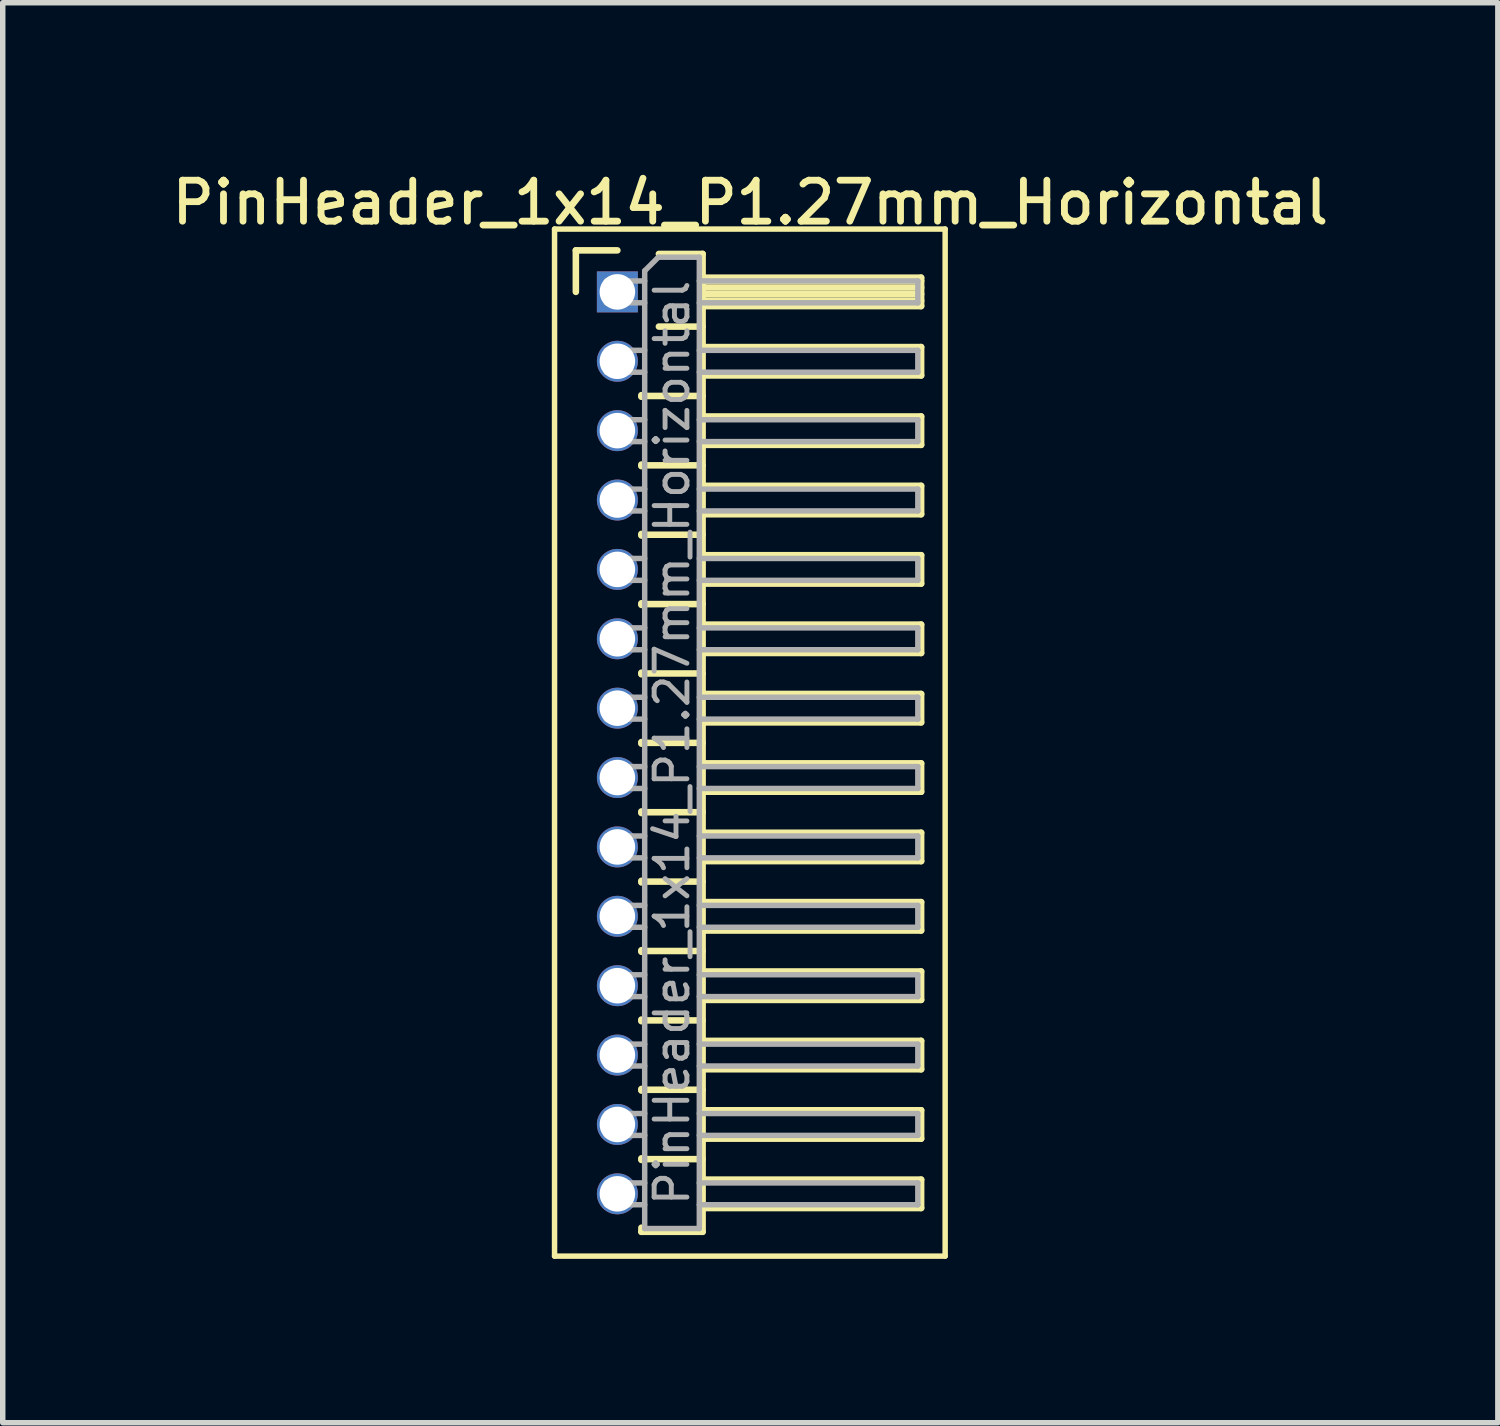
<source format=kicad_pcb>
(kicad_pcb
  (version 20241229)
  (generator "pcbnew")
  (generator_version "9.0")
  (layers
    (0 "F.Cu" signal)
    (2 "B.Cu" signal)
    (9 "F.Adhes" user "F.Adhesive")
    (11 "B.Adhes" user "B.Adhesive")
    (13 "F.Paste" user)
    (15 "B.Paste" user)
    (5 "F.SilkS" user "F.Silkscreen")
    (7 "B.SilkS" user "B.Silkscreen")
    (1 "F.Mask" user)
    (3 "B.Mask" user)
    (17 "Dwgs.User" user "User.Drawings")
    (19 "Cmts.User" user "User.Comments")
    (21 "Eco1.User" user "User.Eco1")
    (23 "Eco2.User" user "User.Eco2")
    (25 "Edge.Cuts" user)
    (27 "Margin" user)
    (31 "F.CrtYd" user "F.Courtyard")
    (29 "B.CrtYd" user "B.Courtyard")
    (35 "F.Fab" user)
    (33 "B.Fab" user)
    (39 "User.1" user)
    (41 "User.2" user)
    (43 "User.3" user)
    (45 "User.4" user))
  (footprint "PinHeader_1x14_P1.27mm_Horizontal"
    (layer "F.Cu")
    (at 8.251 2.293)
    (property "Reference" "PinHeader_1x14_P1.27mm_Horizontal" (at 2.433 -1.635 0) (layer "F.SilkS") (effects (font (size 0.75 0.75) (thickness 0.125))))
    (attr through_hole)
    (fp_line (start -1.15 -1.15) (end -1.15 17.65) (stroke (width 0.1) (type solid)) (layer "F.SilkS"))
    (fp_line (start -1.15 17.65) (end 6 17.65) (stroke (width 0.1) (type solid)) (layer "F.SilkS"))
    (fp_line (start -0.76 -0.76) (end 0 -0.76) (stroke (width 0.12) (type solid)) (layer "F.SilkS"))
    (fp_line (start -0.76 0) (end -0.76 -0.76) (stroke (width 0.12) (type solid)) (layer "F.SilkS"))
    (fp_line (start 0.44 1.89) (end 0.44 1.92) (stroke (width 0.12) (type solid)) (layer "F.SilkS"))
    (fp_line (start 0.44 1.905) (end 1.56 1.905) (stroke (width 0.12) (type solid)) (layer "F.SilkS"))
    (fp_line (start 0.44 3.16) (end 0.44 3.19) (stroke (width 0.12) (type solid)) (layer "F.SilkS"))
    (fp_line (start 0.44 3.175) (end 1.56 3.175) (stroke (width 0.12) (type solid)) (layer "F.SilkS"))
    (fp_line (start 0.44 4.43) (end 0.44 4.46) (stroke (width 0.12) (type solid)) (layer "F.SilkS"))
    (fp_line (start 0.44 4.445) (end 1.56 4.445) (stroke (width 0.12) (type solid)) (layer "F.SilkS"))
    (fp_line (start 0.44 5.7) (end 0.44 5.73) (stroke (width 0.12) (type solid)) (layer "F.SilkS"))
    (fp_line (start 0.44 5.715) (end 1.56 5.715) (stroke (width 0.12) (type solid)) (layer "F.SilkS"))
    (fp_line (start 0.44 6.97) (end 0.44 7) (stroke (width 0.12) (type solid)) (layer "F.SilkS"))
    (fp_line (start 0.44 6.985) (end 1.56 6.985) (stroke (width 0.12) (type solid)) (layer "F.SilkS"))
    (fp_line (start 0.44 8.24) (end 0.44 8.27) (stroke (width 0.12) (type solid)) (layer "F.SilkS"))
    (fp_line (start 0.44 8.255) (end 1.56 8.255) (stroke (width 0.12) (type solid)) (layer "F.SilkS"))
    (fp_line (start 0.44 9.51) (end 0.44 9.54) (stroke (width 0.12) (type solid)) (layer "F.SilkS"))
    (fp_line (start 0.44 9.525) (end 1.56 9.525) (stroke (width 0.12) (type solid)) (layer "F.SilkS"))
    (fp_line (start 0.44 10.78) (end 0.44 10.81) (stroke (width 0.12) (type solid)) (layer "F.SilkS"))
    (fp_line (start 0.44 10.795) (end 1.56 10.795) (stroke (width 0.12) (type solid)) (layer "F.SilkS"))
    (fp_line (start 0.44 12.05) (end 0.44 12.08) (stroke (width 0.12) (type solid)) (layer "F.SilkS"))
    (fp_line (start 0.44 12.065) (end 1.56 12.065) (stroke (width 0.12) (type solid)) (layer "F.SilkS"))
    (fp_line (start 0.44 13.32) (end 0.44 13.35) (stroke (width 0.12) (type solid)) (layer "F.SilkS"))
    (fp_line (start 0.44 13.335) (end 1.56 13.335) (stroke (width 0.12) (type solid)) (layer "F.SilkS"))
    (fp_line (start 0.44 14.59) (end 0.44 14.62) (stroke (width 0.12) (type solid)) (layer "F.SilkS"))
    (fp_line (start 0.44 14.605) (end 1.56 14.605) (stroke (width 0.12) (type solid)) (layer "F.SilkS"))
    (fp_line (start 0.44 15.86) (end 0.44 15.89) (stroke (width 0.12) (type solid)) (layer "F.SilkS"))
    (fp_line (start 0.44 15.875) (end 1.56 15.875) (stroke (width 0.12) (type solid)) (layer "F.SilkS"))
    (fp_line (start 0.44 17.205) (end 0.44 17.13) (stroke (width 0.12) (type solid)) (layer "F.SilkS"))
    (fp_line (start 0.76 -0.695) (end 1.56 -0.695) (stroke (width 0.12) (type solid)) (layer "F.SilkS"))
    (fp_line (start 0.76 0.635) (end 1.56 0.635) (stroke (width 0.12) (type solid)) (layer "F.SilkS"))
    (fp_line (start 1.56 -0.695) (end 1.56 17.205) (stroke (width 0.12) (type solid)) (layer "F.SilkS"))
    (fp_line (start 1.56 -0.26) (end 5.56 -0.26) (stroke (width 0.12) (type solid)) (layer "F.SilkS"))
    (fp_line (start 1.56 -0.2) (end 5.56 -0.2) (stroke (width 0.12) (type solid)) (layer "F.SilkS"))
    (fp_line (start 1.56 -0.08) (end 5.56 -0.08) (stroke (width 0.12) (type solid)) (layer "F.SilkS"))
    (fp_line (start 1.56 0.04) (end 5.56 0.04) (stroke (width 0.12) (type solid)) (layer "F.SilkS"))
    (fp_line (start 1.56 0.16) (end 5.56 0.16) (stroke (width 0.12) (type solid)) (layer "F.SilkS"))
    (fp_line (start 1.56 1.01) (end 5.56 1.01) (stroke (width 0.12) (type solid)) (layer "F.SilkS"))
    (fp_line (start 1.56 2.28) (end 5.56 2.28) (stroke (width 0.12) (type solid)) (layer "F.SilkS"))
    (fp_line (start 1.56 3.55) (end 5.56 3.55) (stroke (width 0.12) (type solid)) (layer "F.SilkS"))
    (fp_line (start 1.56 4.82) (end 5.56 4.82) (stroke (width 0.12) (type solid)) (layer "F.SilkS"))
    (fp_line (start 1.56 6.09) (end 5.56 6.09) (stroke (width 0.12) (type solid)) (layer "F.SilkS"))
    (fp_line (start 1.56 7.36) (end 5.56 7.36) (stroke (width 0.12) (type solid)) (layer "F.SilkS"))
    (fp_line (start 1.56 8.63) (end 5.56 8.63) (stroke (width 0.12) (type solid)) (layer "F.SilkS"))
    (fp_line (start 1.56 9.9) (end 5.56 9.9) (stroke (width 0.12) (type solid)) (layer "F.SilkS"))
    (fp_line (start 1.56 11.17) (end 5.56 11.17) (stroke (width 0.12) (type solid)) (layer "F.SilkS"))
    (fp_line (start 1.56 12.44) (end 5.56 12.44) (stroke (width 0.12) (type solid)) (layer "F.SilkS"))
    (fp_line (start 1.56 13.71) (end 5.56 13.71) (stroke (width 0.12) (type solid)) (layer "F.SilkS"))
    (fp_line (start 1.56 14.98) (end 5.56 14.98) (stroke (width 0.12) (type solid)) (layer "F.SilkS"))
    (fp_line (start 1.56 16.25) (end 5.56 16.25) (stroke (width 0.12) (type solid)) (layer "F.SilkS"))
    (fp_line (start 1.56 17.205) (end 0.44 17.205) (stroke (width 0.12) (type solid)) (layer "F.SilkS"))
    (fp_line (start 5.56 -0.26) (end 5.56 0.26) (stroke (width 0.12) (type solid)) (layer "F.SilkS"))
    (fp_line (start 5.56 0.26) (end 1.56 0.26) (stroke (width 0.12) (type solid)) (layer "F.SilkS"))
    (fp_line (start 5.56 1.01) (end 5.56 1.53) (stroke (width 0.12) (type solid)) (layer "F.SilkS"))
    (fp_line (start 5.56 1.53) (end 1.56 1.53) (stroke (width 0.12) (type solid)) (layer "F.SilkS"))
    (fp_line (start 5.56 2.28) (end 5.56 2.8) (stroke (width 0.12) (type solid)) (layer "F.SilkS"))
    (fp_line (start 5.56 2.8) (end 1.56 2.8) (stroke (width 0.12) (type solid)) (layer "F.SilkS"))
    (fp_line (start 5.56 3.55) (end 5.56 4.07) (stroke (width 0.12) (type solid)) (layer "F.SilkS"))
    (fp_line (start 5.56 4.07) (end 1.56 4.07) (stroke (width 0.12) (type solid)) (layer "F.SilkS"))
    (fp_line (start 5.56 4.82) (end 5.56 5.34) (stroke (width 0.12) (type solid)) (layer "F.SilkS"))
    (fp_line (start 5.56 5.34) (end 1.56 5.34) (stroke (width 0.12) (type solid)) (layer "F.SilkS"))
    (fp_line (start 5.56 6.09) (end 5.56 6.61) (stroke (width 0.12) (type solid)) (layer "F.SilkS"))
    (fp_line (start 5.56 6.61) (end 1.56 6.61) (stroke (width 0.12) (type solid)) (layer "F.SilkS"))
    (fp_line (start 5.56 7.36) (end 5.56 7.88) (stroke (width 0.12) (type solid)) (layer "F.SilkS"))
    (fp_line (start 5.56 7.88) (end 1.56 7.88) (stroke (width 0.12) (type solid)) (layer "F.SilkS"))
    (fp_line (start 5.56 8.63) (end 5.56 9.15) (stroke (width 0.12) (type solid)) (layer "F.SilkS"))
    (fp_line (start 5.56 9.15) (end 1.56 9.15) (stroke (width 0.12) (type solid)) (layer "F.SilkS"))
    (fp_line (start 5.56 9.9) (end 5.56 10.42) (stroke (width 0.12) (type solid)) (layer "F.SilkS"))
    (fp_line (start 5.56 10.42) (end 1.56 10.42) (stroke (width 0.12) (type solid)) (layer "F.SilkS"))
    (fp_line (start 5.56 11.17) (end 5.56 11.69) (stroke (width 0.12) (type solid)) (layer "F.SilkS"))
    (fp_line (start 5.56 11.69) (end 1.56 11.69) (stroke (width 0.12) (type solid)) (layer "F.SilkS"))
    (fp_line (start 5.56 12.44) (end 5.56 12.96) (stroke (width 0.12) (type solid)) (layer "F.SilkS"))
    (fp_line (start 5.56 12.96) (end 1.56 12.96) (stroke (width 0.12) (type solid)) (layer "F.SilkS"))
    (fp_line (start 5.56 13.71) (end 5.56 14.23) (stroke (width 0.12) (type solid)) (layer "F.SilkS"))
    (fp_line (start 5.56 14.23) (end 1.56 14.23) (stroke (width 0.12) (type solid)) (layer "F.SilkS"))
    (fp_line (start 5.56 14.98) (end 5.56 15.5) (stroke (width 0.12) (type solid)) (layer "F.SilkS"))
    (fp_line (start 5.56 15.5) (end 1.56 15.5) (stroke (width 0.12) (type solid)) (layer "F.SilkS"))
    (fp_line (start 5.56 16.25) (end 5.56 16.77) (stroke (width 0.12) (type solid)) (layer "F.SilkS"))
    (fp_line (start 5.56 16.77) (end 1.56 16.77) (stroke (width 0.12) (type solid)) (layer "F.SilkS"))
    (fp_line (start 6 -1.15) (end -1.15 -1.15) (stroke (width 0.1) (type solid)) (layer "F.SilkS"))
    (fp_line (start 6 17.65) (end 6 -1.15) (stroke (width 0.1) (type solid)) (layer "F.SilkS"))
    (fp_line (start -0.2 -0.2) (end -0.2 0.2) (stroke (width 0.1) (type solid)) (layer "F.Fab"))
    (fp_line (start -0.2 -0.2) (end 0.5 -0.2) (stroke (width 0.1) (type solid)) (layer "F.Fab"))
    (fp_line (start -0.2 0.2) (end 0.5 0.2) (stroke (width 0.1) (type solid)) (layer "F.Fab"))
    (fp_line (start -0.2 1.07) (end -0.2 1.47) (stroke (width 0.1) (type solid)) (layer "F.Fab"))
    (fp_line (start -0.2 1.07) (end 0.5 1.07) (stroke (width 0.1) (type solid)) (layer "F.Fab"))
    (fp_line (start -0.2 1.47) (end 0.5 1.47) (stroke (width 0.1) (type solid)) (layer "F.Fab"))
    (fp_line (start -0.2 2.34) (end -0.2 2.74) (stroke (width 0.1) (type solid)) (layer "F.Fab"))
    (fp_line (start -0.2 2.34) (end 0.5 2.34) (stroke (width 0.1) (type solid)) (layer "F.Fab"))
    (fp_line (start -0.2 2.74) (end 0.5 2.74) (stroke (width 0.1) (type solid)) (layer "F.Fab"))
    (fp_line (start -0.2 3.61) (end -0.2 4.01) (stroke (width 0.1) (type solid)) (layer "F.Fab"))
    (fp_line (start -0.2 3.61) (end 0.5 3.61) (stroke (width 0.1) (type solid)) (layer "F.Fab"))
    (fp_line (start -0.2 4.01) (end 0.5 4.01) (stroke (width 0.1) (type solid)) (layer "F.Fab"))
    (fp_line (start -0.2 4.88) (end -0.2 5.28) (stroke (width 0.1) (type solid)) (layer "F.Fab"))
    (fp_line (start -0.2 4.88) (end 0.5 4.88) (stroke (width 0.1) (type solid)) (layer "F.Fab"))
    (fp_line (start -0.2 5.28) (end 0.5 5.28) (stroke (width 0.1) (type solid)) (layer "F.Fab"))
    (fp_line (start -0.2 6.15) (end -0.2 6.55) (stroke (width 0.1) (type solid)) (layer "F.Fab"))
    (fp_line (start -0.2 6.15) (end 0.5 6.15) (stroke (width 0.1) (type solid)) (layer "F.Fab"))
    (fp_line (start -0.2 6.55) (end 0.5 6.55) (stroke (width 0.1) (type solid)) (layer "F.Fab"))
    (fp_line (start -0.2 7.42) (end -0.2 7.82) (stroke (width 0.1) (type solid)) (layer "F.Fab"))
    (fp_line (start -0.2 7.42) (end 0.5 7.42) (stroke (width 0.1) (type solid)) (layer "F.Fab"))
    (fp_line (start -0.2 7.82) (end 0.5 7.82) (stroke (width 0.1) (type solid)) (layer "F.Fab"))
    (fp_line (start -0.2 8.69) (end -0.2 9.09) (stroke (width 0.1) (type solid)) (layer "F.Fab"))
    (fp_line (start -0.2 8.69) (end 0.5 8.69) (stroke (width 0.1) (type solid)) (layer "F.Fab"))
    (fp_line (start -0.2 9.09) (end 0.5 9.09) (stroke (width 0.1) (type solid)) (layer "F.Fab"))
    (fp_line (start -0.2 9.96) (end -0.2 10.36) (stroke (width 0.1) (type solid)) (layer "F.Fab"))
    (fp_line (start -0.2 9.96) (end 0.5 9.96) (stroke (width 0.1) (type solid)) (layer "F.Fab"))
    (fp_line (start -0.2 10.36) (end 0.5 10.36) (stroke (width 0.1) (type solid)) (layer "F.Fab"))
    (fp_line (start -0.2 11.23) (end -0.2 11.63) (stroke (width 0.1) (type solid)) (layer "F.Fab"))
    (fp_line (start -0.2 11.23) (end 0.5 11.23) (stroke (width 0.1) (type solid)) (layer "F.Fab"))
    (fp_line (start -0.2 11.63) (end 0.5 11.63) (stroke (width 0.1) (type solid)) (layer "F.Fab"))
    (fp_line (start -0.2 12.5) (end -0.2 12.9) (stroke (width 0.1) (type solid)) (layer "F.Fab"))
    (fp_line (start -0.2 12.5) (end 0.5 12.5) (stroke (width 0.1) (type solid)) (layer "F.Fab"))
    (fp_line (start -0.2 12.9) (end 0.5 12.9) (stroke (width 0.1) (type solid)) (layer "F.Fab"))
    (fp_line (start -0.2 13.77) (end -0.2 14.17) (stroke (width 0.1) (type solid)) (layer "F.Fab"))
    (fp_line (start -0.2 13.77) (end 0.5 13.77) (stroke (width 0.1) (type solid)) (layer "F.Fab"))
    (fp_line (start -0.2 14.17) (end 0.5 14.17) (stroke (width 0.1) (type solid)) (layer "F.Fab"))
    (fp_line (start -0.2 15.04) (end -0.2 15.44) (stroke (width 0.1) (type solid)) (layer "F.Fab"))
    (fp_line (start -0.2 15.04) (end 0.5 15.04) (stroke (width 0.1) (type solid)) (layer "F.Fab"))
    (fp_line (start -0.2 15.44) (end 0.5 15.44) (stroke (width 0.1) (type solid)) (layer "F.Fab"))
    (fp_line (start -0.2 16.31) (end -0.2 16.71) (stroke (width 0.1) (type solid)) (layer "F.Fab"))
    (fp_line (start -0.2 16.31) (end 0.5 16.31) (stroke (width 0.1) (type solid)) (layer "F.Fab"))
    (fp_line (start -0.2 16.71) (end 0.5 16.71) (stroke (width 0.1) (type solid)) (layer "F.Fab"))
    (fp_line (start 0.5 -0.385) (end 0.75 -0.635) (stroke (width 0.1) (type solid)) (layer "F.Fab"))
    (fp_line (start 0.5 17.145) (end 0.5 -0.385) (stroke (width 0.1) (type solid)) (layer "F.Fab"))
    (fp_line (start 0.75 -0.635) (end 1.5 -0.635) (stroke (width 0.1) (type solid)) (layer "F.Fab"))
    (fp_line (start 1.5 -0.635) (end 1.5 17.145) (stroke (width 0.1) (type solid)) (layer "F.Fab"))
    (fp_line (start 1.5 -0.2) (end 5.5 -0.2) (stroke (width 0.1) (type solid)) (layer "F.Fab"))
    (fp_line (start 1.5 0.2) (end 5.5 0.2) (stroke (width 0.1) (type solid)) (layer "F.Fab"))
    (fp_line (start 1.5 1.07) (end 5.5 1.07) (stroke (width 0.1) (type solid)) (layer "F.Fab"))
    (fp_line (start 1.5 1.47) (end 5.5 1.47) (stroke (width 0.1) (type solid)) (layer "F.Fab"))
    (fp_line (start 1.5 2.34) (end 5.5 2.34) (stroke (width 0.1) (type solid)) (layer "F.Fab"))
    (fp_line (start 1.5 2.74) (end 5.5 2.74) (stroke (width 0.1) (type solid)) (layer "F.Fab"))
    (fp_line (start 1.5 3.61) (end 5.5 3.61) (stroke (width 0.1) (type solid)) (layer "F.Fab"))
    (fp_line (start 1.5 4.01) (end 5.5 4.01) (stroke (width 0.1) (type solid)) (layer "F.Fab"))
    (fp_line (start 1.5 4.88) (end 5.5 4.88) (stroke (width 0.1) (type solid)) (layer "F.Fab"))
    (fp_line (start 1.5 5.28) (end 5.5 5.28) (stroke (width 0.1) (type solid)) (layer "F.Fab"))
    (fp_line (start 1.5 6.15) (end 5.5 6.15) (stroke (width 0.1) (type solid)) (layer "F.Fab"))
    (fp_line (start 1.5 6.55) (end 5.5 6.55) (stroke (width 0.1) (type solid)) (layer "F.Fab"))
    (fp_line (start 1.5 7.42) (end 5.5 7.42) (stroke (width 0.1) (type solid)) (layer "F.Fab"))
    (fp_line (start 1.5 7.82) (end 5.5 7.82) (stroke (width 0.1) (type solid)) (layer "F.Fab"))
    (fp_line (start 1.5 8.69) (end 5.5 8.69) (stroke (width 0.1) (type solid)) (layer "F.Fab"))
    (fp_line (start 1.5 9.09) (end 5.5 9.09) (stroke (width 0.1) (type solid)) (layer "F.Fab"))
    (fp_line (start 1.5 9.96) (end 5.5 9.96) (stroke (width 0.1) (type solid)) (layer "F.Fab"))
    (fp_line (start 1.5 10.36) (end 5.5 10.36) (stroke (width 0.1) (type solid)) (layer "F.Fab"))
    (fp_line (start 1.5 11.23) (end 5.5 11.23) (stroke (width 0.1) (type solid)) (layer "F.Fab"))
    (fp_line (start 1.5 11.63) (end 5.5 11.63) (stroke (width 0.1) (type solid)) (layer "F.Fab"))
    (fp_line (start 1.5 12.5) (end 5.5 12.5) (stroke (width 0.1) (type solid)) (layer "F.Fab"))
    (fp_line (start 1.5 12.9) (end 5.5 12.9) (stroke (width 0.1) (type solid)) (layer "F.Fab"))
    (fp_line (start 1.5 13.77) (end 5.5 13.77) (stroke (width 0.1) (type solid)) (layer "F.Fab"))
    (fp_line (start 1.5 14.17) (end 5.5 14.17) (stroke (width 0.1) (type solid)) (layer "F.Fab"))
    (fp_line (start 1.5 15.04) (end 5.5 15.04) (stroke (width 0.1) (type solid)) (layer "F.Fab"))
    (fp_line (start 1.5 15.44) (end 5.5 15.44) (stroke (width 0.1) (type solid)) (layer "F.Fab"))
    (fp_line (start 1.5 16.31) (end 5.5 16.31) (stroke (width 0.1) (type solid)) (layer "F.Fab"))
    (fp_line (start 1.5 16.71) (end 5.5 16.71) (stroke (width 0.1) (type solid)) (layer "F.Fab"))
    (fp_line (start 1.5 17.145) (end 0.5 17.145) (stroke (width 0.1) (type solid)) (layer "F.Fab"))
    (fp_line (start 5.5 -0.2) (end 5.5 0.2) (stroke (width 0.1) (type solid)) (layer "F.Fab"))
    (fp_line (start 5.5 1.07) (end 5.5 1.47) (stroke (width 0.1) (type solid)) (layer "F.Fab"))
    (fp_line (start 5.5 2.34) (end 5.5 2.74) (stroke (width 0.1) (type solid)) (layer "F.Fab"))
    (fp_line (start 5.5 3.61) (end 5.5 4.01) (stroke (width 0.1) (type solid)) (layer "F.Fab"))
    (fp_line (start 5.5 4.88) (end 5.5 5.28) (stroke (width 0.1) (type solid)) (layer "F.Fab"))
    (fp_line (start 5.5 6.15) (end 5.5 6.55) (stroke (width 0.1) (type solid)) (layer "F.Fab"))
    (fp_line (start 5.5 7.42) (end 5.5 7.82) (stroke (width 0.1) (type solid)) (layer "F.Fab"))
    (fp_line (start 5.5 8.69) (end 5.5 9.09) (stroke (width 0.1) (type solid)) (layer "F.Fab"))
    (fp_line (start 5.5 9.96) (end 5.5 10.36) (stroke (width 0.1) (type solid)) (layer "F.Fab"))
    (fp_line (start 5.5 11.23) (end 5.5 11.63) (stroke (width 0.1) (type solid)) (layer "F.Fab"))
    (fp_line (start 5.5 12.5) (end 5.5 12.9) (stroke (width 0.1) (type solid)) (layer "F.Fab"))
    (fp_line (start 5.5 13.77) (end 5.5 14.17) (stroke (width 0.1) (type solid)) (layer "F.Fab"))
    (fp_line (start 5.5 15.04) (end 5.5 15.44) (stroke (width 0.1) (type solid)) (layer "F.Fab"))
    (fp_line (start 5.5 16.31) (end 5.5 16.71) (stroke (width 0.1) (type solid)) (layer "F.Fab"))
    (fp_text user "${REFERENCE}" (at 1 8.255 90) (layer "F.Fab") (effects (font (size 0.6 0.6) (thickness 0.09))))
    (pad "1" thru_hole rect (at 0 0) (size 0.75 0.75) (drill 0.65) (layers "*.Cu" "*.Mask"))
    (pad "2" thru_hole oval (at 0 1.27) (size 0.75 0.75) (drill 0.65) (layers "*.Cu" "*.Mask"))
    (pad "3" thru_hole oval (at 0 2.54) (size 0.75 0.75) (drill 0.65) (layers "*.Cu" "*.Mask"))
    (pad "4" thru_hole oval (at 0 3.81) (size 0.75 0.75) (drill 0.65) (layers "*.Cu" "*.Mask"))
    (pad "5" thru_hole oval (at 0 5.08) (size 0.75 0.75) (drill 0.65) (layers "*.Cu" "*.Mask"))
    (pad "6" thru_hole oval (at 0 6.35) (size 0.75 0.75) (drill 0.65) (layers "*.Cu" "*.Mask"))
    (pad "7" thru_hole oval (at 0 7.62) (size 0.75 0.75) (drill 0.65) (layers "*.Cu" "*.Mask"))
    (pad "8" thru_hole oval (at 0 8.89) (size 0.75 0.75) (drill 0.65) (layers "*.Cu" "*.Mask"))
    (pad "9" thru_hole oval (at 0 10.16) (size 0.75 0.75) (drill 0.65) (layers "*.Cu" "*.Mask"))
    (pad "10" thru_hole oval (at 0 11.43) (size 0.75 0.75) (drill 0.65) (layers "*.Cu" "*.Mask"))
    (pad "11" thru_hole oval (at 0 12.7) (size 0.75 0.75) (drill 0.65) (layers "*.Cu" "*.Mask"))
    (pad "12" thru_hole oval (at 0 13.97) (size 0.75 0.75) (drill 0.65) (layers "*.Cu" "*.Mask"))
    (pad "13" thru_hole oval (at 0 15.24) (size 0.75 0.75) (drill 0.65) (layers "*.Cu" "*.Mask"))
    (pad "14" thru_hole oval (at 0 16.51) (size 0.75 0.75) (drill 0.65) (layers "*.Cu" "*.Mask")))
  (gr_rect
    (start -3 -3)
    (end 24.368 22.993)
    (stroke (width 0.1) (type default))
    (fill no)
    (layer "Edge.Cuts")))
</source>
